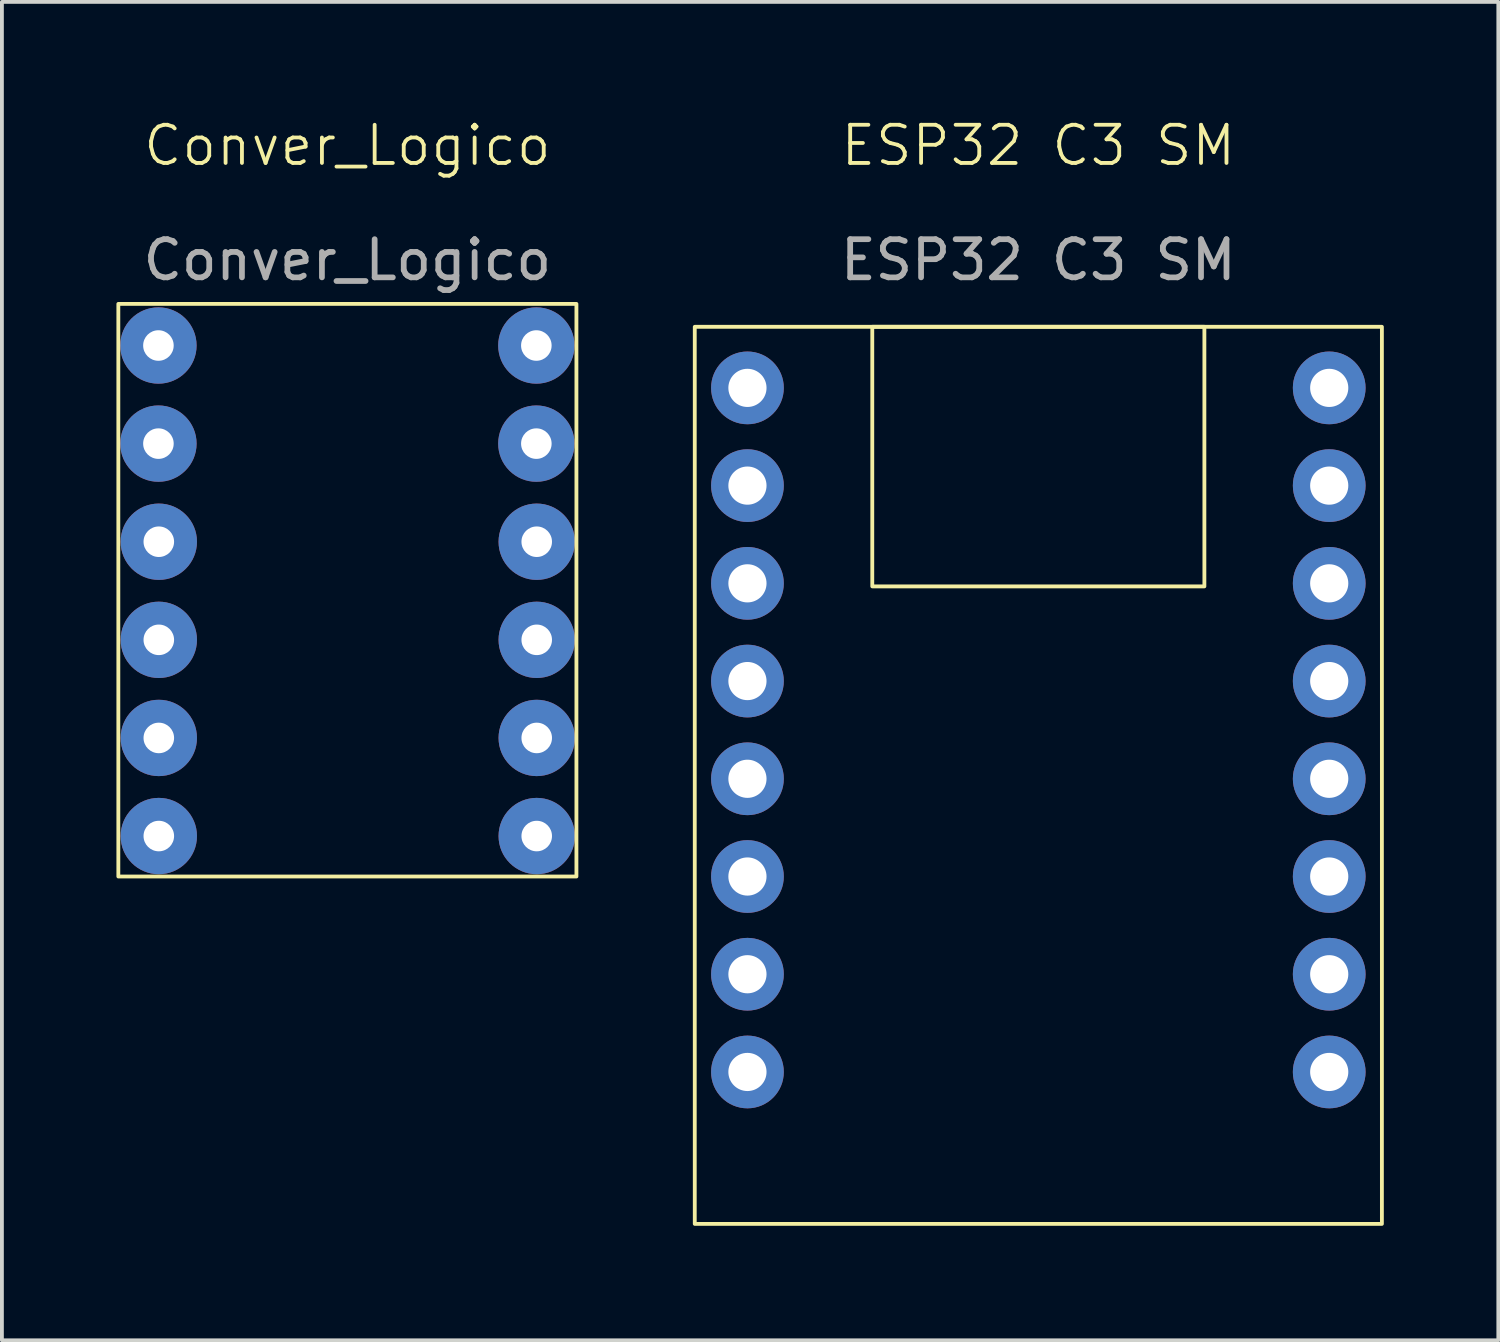
<source format=kicad_pcb>
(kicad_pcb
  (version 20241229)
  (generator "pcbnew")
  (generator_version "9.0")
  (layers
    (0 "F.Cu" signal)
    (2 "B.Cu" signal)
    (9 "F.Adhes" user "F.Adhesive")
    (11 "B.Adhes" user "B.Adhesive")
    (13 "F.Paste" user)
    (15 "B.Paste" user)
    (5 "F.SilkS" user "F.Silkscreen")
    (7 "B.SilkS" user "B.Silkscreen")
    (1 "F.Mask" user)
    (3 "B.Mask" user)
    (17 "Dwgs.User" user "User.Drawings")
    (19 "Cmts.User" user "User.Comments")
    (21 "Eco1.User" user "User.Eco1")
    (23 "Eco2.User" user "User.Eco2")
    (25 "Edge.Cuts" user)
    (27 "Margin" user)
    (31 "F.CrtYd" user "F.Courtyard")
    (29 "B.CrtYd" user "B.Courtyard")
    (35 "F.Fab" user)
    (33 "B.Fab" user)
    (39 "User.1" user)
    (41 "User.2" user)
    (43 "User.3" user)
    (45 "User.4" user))
  (footprint "Conver_Logico"
    (layer "F.Cu")
    (at 6.05 12.411)
    (property "Reference" "Conver_Logico" (at 0 -11.65 0) (unlocked yes) (layer "F.SilkS") (effects (font (size 1 1) (thickness 0.1))))
    (attr through_hole)
    (fp_rect (start -6 -7.5) (end 6 7.5) (stroke (width 0.1) (type default)) (fill no) (layer "F.SilkS"))
    (fp_rect (start -6 -7.5) (end 6 7.5) (stroke (width 0.05) (type solid)) (fill no) (layer "Margin"))
    (fp_text user "${REFERENCE}" (at 0 -8.65 0) (unlocked yes) (layer "F.Fab") (effects (font (size 1 1) (thickness 0.15))))
    (pad "1" thru_hole circle (at -4.95 -6.41) (size 2 2) (drill 0.8) (layers "*.Cu" "*.Mask"))
    (pad "2" thru_hole circle (at -4.95 -3.84) (size 2 2) (drill 0.8) (layers "*.Cu" "*.Mask"))
    (pad "3" thru_hole circle (at -4.94 -1.27) (size 2 2) (drill 0.8) (layers "*.Cu" "*.Mask"))
    (pad "4" thru_hole circle (at -4.94 1.3) (size 2 2) (drill 0.8) (layers "*.Cu" "*.Mask"))
    (pad "5" thru_hole circle (at -4.94 3.87) (size 2 2) (drill 0.8) (layers "*.Cu" "*.Mask"))
    (pad "6" thru_hole circle (at -4.94 6.44) (size 2 2) (drill 0.8) (layers "*.Cu" "*.Mask"))
    (pad "7" thru_hole circle (at 4.95 -6.41) (size 2 2) (drill 0.8) (layers "*.Cu" "*.Mask"))
    (pad "8" thru_hole circle (at 4.95 -3.84) (size 2 2) (drill 0.8) (layers "*.Cu" "*.Mask"))
    (pad "9" thru_hole circle (at 4.96 -1.27) (size 2 2) (drill 0.8) (layers "*.Cu" "*.Mask"))
    (pad "10" thru_hole circle (at 4.96 1.3) (size 2 2) (drill 0.8) (layers "*.Cu" "*.Mask"))
    (pad "11" thru_hole circle (at 4.96 3.87) (size 2 2) (drill 0.8) (layers "*.Cu" "*.Mask"))
    (pad "12" thru_hole circle (at 4.96 6.44) (size 2 2) (drill 0.8) (layers "*.Cu" "*.Mask")))
  (footprint "ESP32 C3 SM"
    (layer "F.Cu")
    (at 24.15 17.261)
    (property "Reference" "ESP32 C3 SM" (at 0 -16.5 0) (unlocked yes) (layer "F.SilkS") (effects (font (size 1 1) (thickness 0.1))))
    (attr through_hole)
    (fp_rect (start -9 -11.75) (end 9 11.75) (stroke (width 0.1) (type default)) (fill no) (layer "F.SilkS"))
    (fp_rect (start -4.35 -11.75) (end 4.35 -4.95) (stroke (width 0.1) (type default)) (fill no) (layer "F.SilkS"))
    (fp_text user "${REFERENCE}" (at 0 -13.5 0) (unlocked yes) (layer "F.Fab") (effects (font (size 1 1) (thickness 0.15))))
    (pad "1" thru_hole circle (at -7.62 -10.15) (size 1.905 1.905) (drill 1) (layers "*.Cu" "*.Mask"))
    (pad "2" thru_hole circle (at -7.62 -7.59) (size 1.905 1.905) (drill 1) (layers "*.Cu" "*.Mask"))
    (pad "3" thru_hole circle (at -7.62 -5.03) (size 1.905 1.905) (drill 1) (layers "*.Cu" "*.Mask"))
    (pad "4" thru_hole circle (at -7.62 -2.47) (size 1.905 1.905) (drill 1) (layers "*.Cu" "*.Mask"))
    (pad "5" thru_hole circle (at -7.62 0.09) (size 1.905 1.905) (drill 1) (layers "*.Cu" "*.Mask"))
    (pad "6" thru_hole circle (at -7.62 2.65) (size 1.905 1.905) (drill 1) (layers "*.Cu" "*.Mask"))
    (pad "7" thru_hole circle (at -7.62 5.21) (size 1.905 1.905) (drill 1) (layers "*.Cu" "*.Mask"))
    (pad "8" thru_hole circle (at -7.62 7.77) (size 1.905 1.905) (drill 1) (layers "*.Cu" "*.Mask"))
    (pad "9" thru_hole circle (at 7.62 -10.15) (size 1.905 1.905) (drill 1) (layers "*.Cu" "*.Mask"))
    (pad "10" thru_hole circle (at 7.62 -7.59) (size 1.905 1.905) (drill 1) (layers "*.Cu" "*.Mask"))
    (pad "11" thru_hole circle (at 7.62 -5.03) (size 1.905 1.905) (drill 1) (layers "*.Cu" "*.Mask"))
    (pad "12" thru_hole circle (at 7.62 -2.47) (size 1.905 1.905) (drill 1) (layers "*.Cu" "*.Mask"))
    (pad "13" thru_hole circle (at 7.62 0.09) (size 1.905 1.905) (drill 1) (layers "*.Cu" "*.Mask"))
    (pad "14" thru_hole circle (at 7.62 2.65) (size 1.905 1.905) (drill 1) (layers "*.Cu" "*.Mask"))
    (pad "15" thru_hole circle (at 7.62 5.21) (size 1.905 1.905) (drill 1) (layers "*.Cu" "*.Mask"))
    (pad "16" thru_hole circle (at 7.62 7.77) (size 1.905 1.905) (drill 1) (layers "*.Cu" "*.Mask")))
  (gr_rect
    (start -3 -3)
    (end 36.2 32.06)
    (stroke (width 0.1) (type default))
    (fill no)
    (layer "Edge.Cuts")))
</source>
